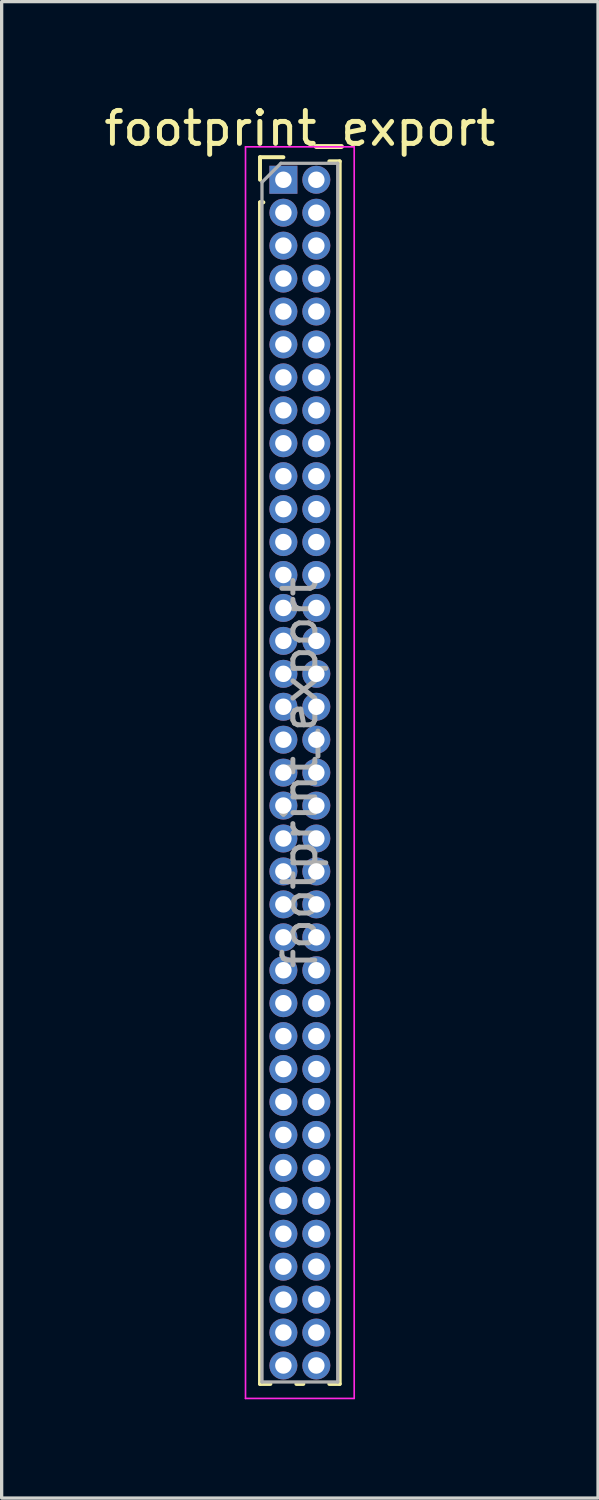
<source format=kicad_pcb>
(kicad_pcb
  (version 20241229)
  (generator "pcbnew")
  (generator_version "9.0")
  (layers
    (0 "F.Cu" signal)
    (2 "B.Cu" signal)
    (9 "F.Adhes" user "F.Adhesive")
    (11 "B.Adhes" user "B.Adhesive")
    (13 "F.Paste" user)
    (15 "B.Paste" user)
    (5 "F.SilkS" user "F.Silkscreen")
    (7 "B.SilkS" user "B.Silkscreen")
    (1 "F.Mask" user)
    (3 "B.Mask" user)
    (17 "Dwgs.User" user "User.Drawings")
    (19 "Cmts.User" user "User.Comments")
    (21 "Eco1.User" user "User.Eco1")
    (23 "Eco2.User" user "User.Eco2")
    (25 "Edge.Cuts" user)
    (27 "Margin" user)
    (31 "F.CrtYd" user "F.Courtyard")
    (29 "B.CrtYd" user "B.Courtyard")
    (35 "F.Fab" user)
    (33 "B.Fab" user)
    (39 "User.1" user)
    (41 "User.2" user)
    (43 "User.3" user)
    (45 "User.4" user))
  (footprint "footprint_export"
    (layer "F.Cu")
    (at 5.554 2.408)
    (property "Reference" "footprint_export" (at 0.5 -1.56 0) (layer "F.SilkS") (effects (font (size 1 1) (thickness 0.15))))
    (attr through_hole)
    (fp_line (start -0.71 -0.685) (end 0 -0.685) (stroke (width 0.12) (type solid)) (layer "F.SilkS"))
    (fp_line (start -0.71 0) (end -0.71 -0.685) (stroke (width 0.12) (type solid)) (layer "F.SilkS"))
    (fp_line (start -0.71 0.685) (end -0.71 36.56) (stroke (width 0.12) (type solid)) (layer "F.SilkS"))
    (fp_line (start -0.71 0.685) (end -0.608 0.685) (stroke (width 0.12) (type solid)) (layer "F.SilkS"))
    (fp_line (start -0.71 36.56) (end -0.394 36.56) (stroke (width 0.12) (type solid)) (layer "F.SilkS"))
    (fp_line (start 0.394 36.56) (end 0.606 36.56) (stroke (width 0.12) (type solid)) (layer "F.SilkS"))
    (fp_line (start 1.394 -0.56) (end 1.71 -0.56) (stroke (width 0.12) (type solid)) (layer "F.SilkS"))
    (fp_line (start 1.394 36.56) (end 1.71 36.56) (stroke (width 0.12) (type solid)) (layer "F.SilkS"))
    (fp_line (start 1.71 -0.56) (end 1.71 36.56) (stroke (width 0.12) (type solid)) (layer "F.SilkS"))
    (fp_line (start -1.15 -1) (end -1.15 37) (stroke (width 0.05) (type solid)) (layer "F.CrtYd"))
    (fp_line (start -1.15 37) (end 2.15 37) (stroke (width 0.05) (type solid)) (layer "F.CrtYd"))
    (fp_line (start 2.15 -1) (end -1.15 -1) (stroke (width 0.05) (type solid)) (layer "F.CrtYd"))
    (fp_line (start 2.15 37) (end 2.15 -1) (stroke (width 0.05) (type solid)) (layer "F.CrtYd"))
    (fp_line (start -0.65 0.075) (end -0.075 -0.5) (stroke (width 0.1) (type solid)) (layer "F.Fab"))
    (fp_line (start -0.65 36.5) (end -0.65 0.075) (stroke (width 0.1) (type solid)) (layer "F.Fab"))
    (fp_line (start -0.075 -0.5) (end 1.65 -0.5) (stroke (width 0.1) (type solid)) (layer "F.Fab"))
    (fp_line (start 1.65 -0.5) (end 1.65 36.5) (stroke (width 0.1) (type solid)) (layer "F.Fab"))
    (fp_line (start 1.65 36.5) (end -0.65 36.5) (stroke (width 0.1) (type solid)) (layer "F.Fab"))
    (fp_text user "${REFERENCE}" (at 0.5 18 90) (layer "F.Fab") (effects (font (size 1 1) (thickness 0.15))))
    (pad "1" thru_hole rect (at 0 0) (size 0.85 0.85) (drill 0.5) (layers "*.Cu" "*.Mask"))
    (pad "2" thru_hole oval (at 1 0) (size 0.85 0.85) (drill 0.5) (layers "*.Cu" "*.Mask"))
    (pad "3" thru_hole oval (at 0 1) (size 0.85 0.85) (drill 0.5) (layers "*.Cu" "*.Mask"))
    (pad "4" thru_hole oval (at 1 1) (size 0.85 0.85) (drill 0.5) (layers "*.Cu" "*.Mask"))
    (pad "5" thru_hole oval (at 0 2) (size 0.85 0.85) (drill 0.5) (layers "*.Cu" "*.Mask"))
    (pad "6" thru_hole oval (at 1 2) (size 0.85 0.85) (drill 0.5) (layers "*.Cu" "*.Mask"))
    (pad "7" thru_hole oval (at 0 3) (size 0.85 0.85) (drill 0.5) (layers "*.Cu" "*.Mask"))
    (pad "8" thru_hole oval (at 1 3) (size 0.85 0.85) (drill 0.5) (layers "*.Cu" "*.Mask"))
    (pad "9" thru_hole oval (at 0 4) (size 0.85 0.85) (drill 0.5) (layers "*.Cu" "*.Mask"))
    (pad "10" thru_hole oval (at 1 4) (size 0.85 0.85) (drill 0.5) (layers "*.Cu" "*.Mask"))
    (pad "11" thru_hole oval (at 0 5) (size 0.85 0.85) (drill 0.5) (layers "*.Cu" "*.Mask"))
    (pad "12" thru_hole oval (at 1 5) (size 0.85 0.85) (drill 0.5) (layers "*.Cu" "*.Mask"))
    (pad "13" thru_hole oval (at 0 6) (size 0.85 0.85) (drill 0.5) (layers "*.Cu" "*.Mask"))
    (pad "14" thru_hole oval (at 1 6) (size 0.85 0.85) (drill 0.5) (layers "*.Cu" "*.Mask"))
    (pad "15" thru_hole oval (at 0 7) (size 0.85 0.85) (drill 0.5) (layers "*.Cu" "*.Mask"))
    (pad "16" thru_hole oval (at 1 7) (size 0.85 0.85) (drill 0.5) (layers "*.Cu" "*.Mask"))
    (pad "17" thru_hole oval (at 0 8) (size 0.85 0.85) (drill 0.5) (layers "*.Cu" "*.Mask"))
    (pad "18" thru_hole oval (at 1 8) (size 0.85 0.85) (drill 0.5) (layers "*.Cu" "*.Mask"))
    (pad "19" thru_hole oval (at 0 9) (size 0.85 0.85) (drill 0.5) (layers "*.Cu" "*.Mask"))
    (pad "20" thru_hole oval (at 1 9) (size 0.85 0.85) (drill 0.5) (layers "*.Cu" "*.Mask"))
    (pad "21" thru_hole oval (at 0 10) (size 0.85 0.85) (drill 0.5) (layers "*.Cu" "*.Mask"))
    (pad "22" thru_hole oval (at 1 10) (size 0.85 0.85) (drill 0.5) (layers "*.Cu" "*.Mask"))
    (pad "23" thru_hole oval (at 0 11) (size 0.85 0.85) (drill 0.5) (layers "*.Cu" "*.Mask"))
    (pad "24" thru_hole oval (at 1 11) (size 0.85 0.85) (drill 0.5) (layers "*.Cu" "*.Mask"))
    (pad "25" thru_hole oval (at 0 12) (size 0.85 0.85) (drill 0.5) (layers "*.Cu" "*.Mask"))
    (pad "26" thru_hole oval (at 1 12) (size 0.85 0.85) (drill 0.5) (layers "*.Cu" "*.Mask"))
    (pad "27" thru_hole oval (at 0 13) (size 0.85 0.85) (drill 0.5) (layers "*.Cu" "*.Mask"))
    (pad "28" thru_hole oval (at 1 13) (size 0.85 0.85) (drill 0.5) (layers "*.Cu" "*.Mask"))
    (pad "29" thru_hole oval (at 0 14) (size 0.85 0.85) (drill 0.5) (layers "*.Cu" "*.Mask"))
    (pad "30" thru_hole oval (at 1 14) (size 0.85 0.85) (drill 0.5) (layers "*.Cu" "*.Mask"))
    (pad "31" thru_hole oval (at 0 15) (size 0.85 0.85) (drill 0.5) (layers "*.Cu" "*.Mask"))
    (pad "32" thru_hole oval (at 1 15) (size 0.85 0.85) (drill 0.5) (layers "*.Cu" "*.Mask"))
    (pad "33" thru_hole oval (at 0 16) (size 0.85 0.85) (drill 0.5) (layers "*.Cu" "*.Mask"))
    (pad "34" thru_hole oval (at 1 16) (size 0.85 0.85) (drill 0.5) (layers "*.Cu" "*.Mask"))
    (pad "35" thru_hole oval (at 0 17) (size 0.85 0.85) (drill 0.5) (layers "*.Cu" "*.Mask"))
    (pad "36" thru_hole oval (at 1 17) (size 0.85 0.85) (drill 0.5) (layers "*.Cu" "*.Mask"))
    (pad "37" thru_hole oval (at 0 18) (size 0.85 0.85) (drill 0.5) (layers "*.Cu" "*.Mask"))
    (pad "38" thru_hole oval (at 1 18) (size 0.85 0.85) (drill 0.5) (layers "*.Cu" "*.Mask"))
    (pad "39" thru_hole oval (at 0 19) (size 0.85 0.85) (drill 0.5) (layers "*.Cu" "*.Mask"))
    (pad "40" thru_hole oval (at 1 19) (size 0.85 0.85) (drill 0.5) (layers "*.Cu" "*.Mask"))
    (pad "41" thru_hole oval (at 0 20) (size 0.85 0.85) (drill 0.5) (layers "*.Cu" "*.Mask"))
    (pad "42" thru_hole oval (at 1 20) (size 0.85 0.85) (drill 0.5) (layers "*.Cu" "*.Mask"))
    (pad "43" thru_hole oval (at 0 21) (size 0.85 0.85) (drill 0.5) (layers "*.Cu" "*.Mask"))
    (pad "44" thru_hole oval (at 1 21) (size 0.85 0.85) (drill 0.5) (layers "*.Cu" "*.Mask"))
    (pad "45" thru_hole oval (at 0 22) (size 0.85 0.85) (drill 0.5) (layers "*.Cu" "*.Mask"))
    (pad "46" thru_hole oval (at 1 22) (size 0.85 0.85) (drill 0.5) (layers "*.Cu" "*.Mask"))
    (pad "47" thru_hole oval (at 0 23) (size 0.85 0.85) (drill 0.5) (layers "*.Cu" "*.Mask"))
    (pad "48" thru_hole oval (at 1 23) (size 0.85 0.85) (drill 0.5) (layers "*.Cu" "*.Mask"))
    (pad "49" thru_hole oval (at 0 24) (size 0.85 0.85) (drill 0.5) (layers "*.Cu" "*.Mask"))
    (pad "50" thru_hole oval (at 1 24) (size 0.85 0.85) (drill 0.5) (layers "*.Cu" "*.Mask"))
    (pad "51" thru_hole oval (at 0 25) (size 0.85 0.85) (drill 0.5) (layers "*.Cu" "*.Mask"))
    (pad "52" thru_hole oval (at 1 25) (size 0.85 0.85) (drill 0.5) (layers "*.Cu" "*.Mask"))
    (pad "53" thru_hole oval (at 0 26) (size 0.85 0.85) (drill 0.5) (layers "*.Cu" "*.Mask"))
    (pad "54" thru_hole oval (at 1 26) (size 0.85 0.85) (drill 0.5) (layers "*.Cu" "*.Mask"))
    (pad "55" thru_hole oval (at 0 27) (size 0.85 0.85) (drill 0.5) (layers "*.Cu" "*.Mask"))
    (pad "56" thru_hole oval (at 1 27) (size 0.85 0.85) (drill 0.5) (layers "*.Cu" "*.Mask"))
    (pad "57" thru_hole oval (at 0 28) (size 0.85 0.85) (drill 0.5) (layers "*.Cu" "*.Mask"))
    (pad "58" thru_hole oval (at 1 28) (size 0.85 0.85) (drill 0.5) (layers "*.Cu" "*.Mask"))
    (pad "59" thru_hole oval (at 0 29) (size 0.85 0.85) (drill 0.5) (layers "*.Cu" "*.Mask"))
    (pad "60" thru_hole oval (at 1 29) (size 0.85 0.85) (drill 0.5) (layers "*.Cu" "*.Mask"))
    (pad "61" thru_hole oval (at 0 30) (size 0.85 0.85) (drill 0.5) (layers "*.Cu" "*.Mask"))
    (pad "62" thru_hole oval (at 1 30) (size 0.85 0.85) (drill 0.5) (layers "*.Cu" "*.Mask"))
    (pad "63" thru_hole oval (at 0 31) (size 0.85 0.85) (drill 0.5) (layers "*.Cu" "*.Mask"))
    (pad "64" thru_hole oval (at 1 31) (size 0.85 0.85) (drill 0.5) (layers "*.Cu" "*.Mask"))
    (pad "65" thru_hole oval (at 0 32) (size 0.85 0.85) (drill 0.5) (layers "*.Cu" "*.Mask"))
    (pad "66" thru_hole oval (at 1 32) (size 0.85 0.85) (drill 0.5) (layers "*.Cu" "*.Mask"))
    (pad "67" thru_hole oval (at 0 33) (size 0.85 0.85) (drill 0.5) (layers "*.Cu" "*.Mask"))
    (pad "68" thru_hole oval (at 1 33) (size 0.85 0.85) (drill 0.5) (layers "*.Cu" "*.Mask"))
    (pad "69" thru_hole oval (at 0 34) (size 0.85 0.85) (drill 0.5) (layers "*.Cu" "*.Mask"))
    (pad "70" thru_hole oval (at 1 34) (size 0.85 0.85) (drill 0.5) (layers "*.Cu" "*.Mask"))
    (pad "71" thru_hole oval (at 0 35) (size 0.85 0.85) (drill 0.5) (layers "*.Cu" "*.Mask"))
    (pad "72" thru_hole oval (at 1 35) (size 0.85 0.85) (drill 0.5) (layers "*.Cu" "*.Mask"))
    (pad "73" thru_hole oval (at 0 36) (size 0.85 0.85) (drill 0.5) (layers "*.Cu" "*.Mask"))
    (pad "74" thru_hole oval (at 1 36) (size 0.85 0.85) (drill 0.5) (layers "*.Cu" "*.Mask")))
  (gr_rect
    (start -3 -3)
    (end 15.107 42.433)
    (stroke (width 0.1) (type default))
    (fill no)
    (layer "Edge.Cuts")))
</source>
